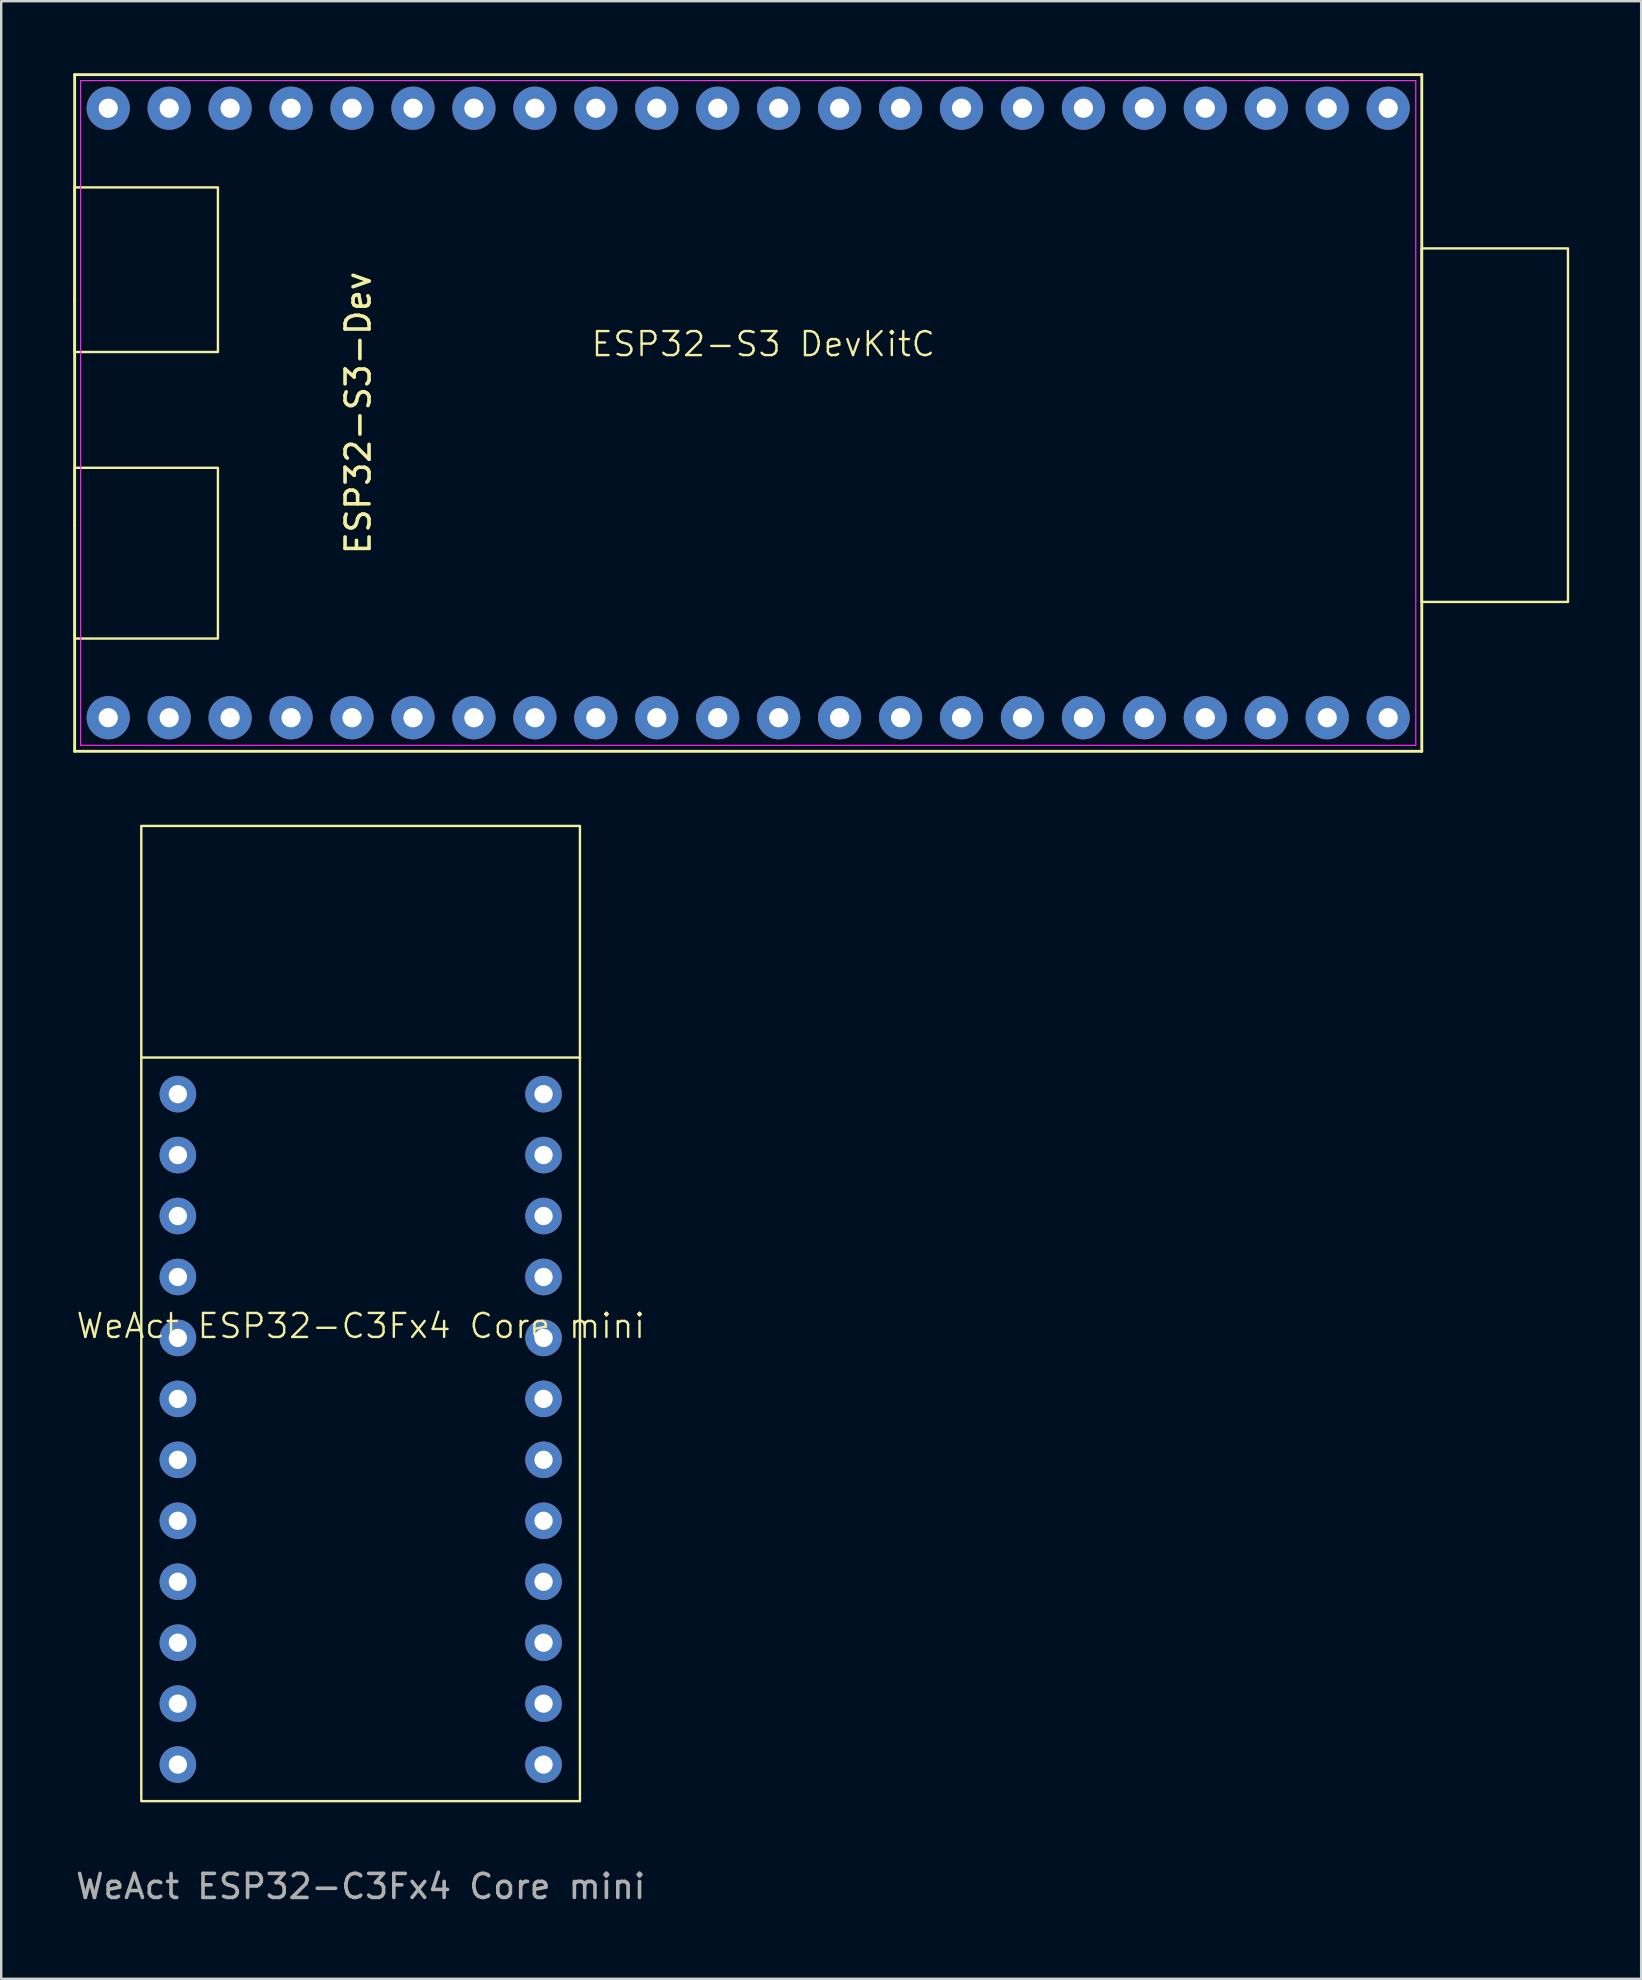
<source format=kicad_pcb>
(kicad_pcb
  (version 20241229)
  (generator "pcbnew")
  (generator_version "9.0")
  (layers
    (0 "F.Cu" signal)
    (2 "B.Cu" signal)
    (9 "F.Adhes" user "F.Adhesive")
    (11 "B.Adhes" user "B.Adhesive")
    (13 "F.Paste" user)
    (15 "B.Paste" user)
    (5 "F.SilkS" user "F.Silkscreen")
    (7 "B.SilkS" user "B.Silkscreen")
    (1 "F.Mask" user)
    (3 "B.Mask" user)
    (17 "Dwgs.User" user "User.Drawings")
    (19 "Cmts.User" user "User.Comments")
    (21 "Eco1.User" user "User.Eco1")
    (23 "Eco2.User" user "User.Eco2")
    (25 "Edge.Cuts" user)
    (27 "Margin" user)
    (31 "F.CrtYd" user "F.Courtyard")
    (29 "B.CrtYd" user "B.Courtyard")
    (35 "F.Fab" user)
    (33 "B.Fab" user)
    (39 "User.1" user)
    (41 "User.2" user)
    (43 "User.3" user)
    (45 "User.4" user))
  (footprint "ESP32-S3-Dev"
    (layer "F.Cu")
    (at 28.13 14.16)
    (property "Reference" "ESP32-S3-Dev" (at -16.256 0 90) (layer "F.SilkS") (effects (font (size 1 1) (thickness 0.15))))
    (attr through_hole)
    (fp_line (start -28.07 -14.1) (end -28.07 -4.7) (stroke (width 0.12) (type default)) (layer "F.SilkS"))
    (fp_line (start -28.07 -4.7) (end -28.07 4.7) (stroke (width 0.12) (type default)) (layer "F.SilkS"))
    (fp_line (start -28.07 4.7) (end -28.07 14.1) (stroke (width 0.12) (type default)) (layer "F.SilkS"))
    (fp_line (start -28.07 14.1) (end 28.07 14.1) (stroke (width 0.12) (type default)) (layer "F.SilkS"))
    (fp_line (start 28.07 -14.1) (end -28.07 -14.1) (stroke (width 0.12) (type default)) (layer "F.SilkS"))
    (fp_line (start 28.07 14.1) (end 28.07 -14.1) (stroke (width 0.12) (type default)) (layer "F.SilkS"))
    (fp_rect (start -28.07 -9.4) (end -22.098 -2.54) (stroke (width 0.1) (type default)) (fill no) (layer "F.SilkS"))
    (fp_rect (start -28.07 2.286) (end -22.098 9.4) (stroke (width 0.1) (type default)) (fill no) (layer "F.SilkS"))
    (fp_rect (start 28.067 -6.858) (end 34.163 7.874) (stroke (width 0.1) (type default)) (fill no) (layer "F.SilkS"))
    (fp_line (start -27.82 -13.85) (end 27.82 -13.85) (stroke (width 0.05) (type default)) (layer "F.CrtYd"))
    (fp_line (start -27.82 13.85) (end -27.82 -13.85) (stroke (width 0.05) (type default)) (layer "F.CrtYd"))
    (fp_line (start 27.82 -13.85) (end 27.82 13.85) (stroke (width 0.05) (type default)) (layer "F.CrtYd"))
    (fp_line (start 27.82 13.85) (end -27.82 13.85) (stroke (width 0.05) (type default)) (layer "F.CrtYd"))
    (fp_text user "ESP32-S3 DevKitC" (at -6.604 -2.286 0) (unlocked yes) (layer "F.SilkS") (effects (font (size 1 1) (thickness 0.1)) (justify left bottom)))
    (pad "1" thru_hole circle (at -26.67 12.7) (size 1.8 1.8) (drill 0.8) (layers "*.Cu" "*.Mask"))
    (pad "2" thru_hole circle (at -24.13 12.7) (size 1.8 1.8) (drill 0.8) (layers "*.Cu" "*.Mask"))
    (pad "3" thru_hole circle (at -21.59 12.7) (size 1.8 1.8) (drill 0.8) (layers "*.Cu" "*.Mask"))
    (pad "4" thru_hole circle (at -19.05 12.7) (size 1.8 1.8) (drill 0.8) (layers "*.Cu" "*.Mask"))
    (pad "5" thru_hole circle (at -16.51 12.7) (size 1.8 1.8) (drill 0.8) (layers "*.Cu" "*.Mask"))
    (pad "6" thru_hole circle (at -13.97 12.7) (size 1.8 1.8) (drill 0.8) (layers "*.Cu" "*.Mask"))
    (pad "7" thru_hole circle (at -11.43 12.7) (size 1.8 1.8) (drill 0.8) (layers "*.Cu" "*.Mask"))
    (pad "8" thru_hole circle (at -8.89 12.7) (size 1.8 1.8) (drill 0.8) (layers "*.Cu" "*.Mask"))
    (pad "9" thru_hole circle (at -6.35 12.7) (size 1.8 1.8) (drill 0.8) (layers "*.Cu" "*.Mask"))
    (pad "10" thru_hole circle (at -3.81 12.7) (size 1.8 1.8) (drill 0.8) (layers "*.Cu" "*.Mask"))
    (pad "11" thru_hole circle (at -1.27 12.7) (size 1.8 1.8) (drill 0.8) (layers "*.Cu" "*.Mask"))
    (pad "12" thru_hole circle (at 1.27 12.7) (size 1.8 1.8) (drill 0.8) (layers "*.Cu" "*.Mask"))
    (pad "13" thru_hole circle (at 3.81 12.7) (size 1.8 1.8) (drill 0.8) (layers "*.Cu" "*.Mask"))
    (pad "14" thru_hole circle (at 6.35 12.7) (size 1.8 1.8) (drill 0.8) (layers "*.Cu" "*.Mask"))
    (pad "15" thru_hole circle (at 8.89 12.7) (size 1.8 1.8) (drill 0.8) (layers "*.Cu" "*.Mask"))
    (pad "16" thru_hole circle (at 11.43 12.7) (size 1.8 1.8) (drill 0.8) (layers "*.Cu" "*.Mask"))
    (pad "17" thru_hole circle (at 13.97 12.7) (size 1.8 1.8) (drill 0.8) (layers "*.Cu" "*.Mask"))
    (pad "18" thru_hole circle (at 16.51 12.7) (size 1.8 1.8) (drill 0.8) (layers "*.Cu" "*.Mask"))
    (pad "19" thru_hole circle (at 19.05 12.7) (size 1.8 1.8) (drill 0.8) (layers "*.Cu" "*.Mask"))
    (pad "20" thru_hole circle (at 21.59 12.7) (size 1.8 1.8) (drill 0.8) (layers "*.Cu" "*.Mask"))
    (pad "21" thru_hole circle (at 24.13 12.7) (size 1.8 1.8) (drill 0.8) (layers "*.Cu" "*.Mask"))
    (pad "22" thru_hole circle (at 26.67 12.7) (size 1.8 1.8) (drill 0.8) (layers "*.Cu" "*.Mask"))
    (pad "23" thru_hole circle (at -26.67 -12.7) (size 1.8 1.8) (drill 0.8) (layers "*.Cu" "*.Mask"))
    (pad "24" thru_hole circle (at -24.13 -12.7) (size 1.8 1.8) (drill 0.8) (layers "*.Cu" "*.Mask"))
    (pad "25" thru_hole circle (at -21.59 -12.7) (size 1.8 1.8) (drill 0.8) (layers "*.Cu" "*.Mask"))
    (pad "26" thru_hole circle (at -19.05 -12.7) (size 1.8 1.8) (drill 0.8) (layers "*.Cu" "*.Mask"))
    (pad "27" thru_hole circle (at -16.51 -12.7) (size 1.8 1.8) (drill 0.8) (layers "*.Cu" "*.Mask"))
    (pad "28" thru_hole circle (at -13.97 -12.7) (size 1.8 1.8) (drill 0.8) (layers "*.Cu" "*.Mask"))
    (pad "29" thru_hole circle (at -11.43 -12.7) (size 1.8 1.8) (drill 0.8) (layers "*.Cu" "*.Mask"))
    (pad "30" thru_hole circle (at -8.89 -12.7) (size 1.8 1.8) (drill 0.8) (layers "*.Cu" "*.Mask"))
    (pad "31" thru_hole circle (at -6.35 -12.7) (size 1.8 1.8) (drill 0.8) (layers "*.Cu" "*.Mask"))
    (pad "32" thru_hole circle (at -3.81 -12.7) (size 1.8 1.8) (drill 0.8) (layers "*.Cu" "*.Mask"))
    (pad "33" thru_hole circle (at -1.27 -12.7) (size 1.8 1.8) (drill 0.8) (layers "*.Cu" "*.Mask"))
    (pad "34" thru_hole circle (at 1.27 -12.7) (size 1.8 1.8) (drill 0.8) (layers "*.Cu" "*.Mask"))
    (pad "35" thru_hole circle (at 3.81 -12.7) (size 1.8 1.8) (drill 0.8) (layers "*.Cu" "*.Mask"))
    (pad "36" thru_hole circle (at 6.35 -12.7) (size 1.8 1.8) (drill 0.8) (layers "*.Cu" "*.Mask"))
    (pad "37" thru_hole circle (at 8.89 -12.7) (size 1.8 1.8) (drill 0.8) (layers "*.Cu" "*.Mask"))
    (pad "38" thru_hole circle (at 11.43 -12.7) (size 1.8 1.8) (drill 0.8) (layers "*.Cu" "*.Mask"))
    (pad "39" thru_hole circle (at 13.97 -12.7) (size 1.8 1.8) (drill 0.8) (layers "*.Cu" "*.Mask"))
    (pad "40" thru_hole circle (at 16.51 -12.7) (size 1.8 1.8) (drill 0.8) (layers "*.Cu" "*.Mask"))
    (pad "41" thru_hole circle (at 19.05 -12.7) (size 1.8 1.8) (drill 0.8) (layers "*.Cu" "*.Mask"))
    (pad "42" thru_hole circle (at 21.59 -12.7) (size 1.8 1.8) (drill 0.8) (layers "*.Cu" "*.Mask"))
    (pad "43" thru_hole circle (at 24.13 -12.7) (size 1.8 1.8) (drill 0.8) (layers "*.Cu" "*.Mask"))
    (pad "44" thru_hole circle (at 26.67 -12.7) (size 1.8 1.8) (drill 0.8) (layers "*.Cu" "*.Mask")))
  (footprint "WeAct ESP32-C3Fx4 Core mini"
    (layer "F.Cu")
    (at 11.982 52.706)
    (property "Reference" "WeAct ESP32-C3Fx4 Core mini" (at 0 -0.5 0) (unlocked yes) (layer "F.SilkS") (effects (font (size 1 1) (thickness 0.1))))
    (attr through_hole)
    (fp_line (start -9.144 -11.684) (end 9.144 -11.684) (stroke (width 0.1) (type default)) (layer "F.SilkS"))
    (fp_rect (start -9.144 -21.336) (end 9.136 19.304) (stroke (width 0.1) (type default)) (fill no) (layer "F.SilkS"))
    (fp_text user "${REFERENCE}" (at 0 22.86 0) (unlocked yes) (layer "F.Fab") (effects (font (size 1 1) (thickness 0.15))))
    (pad "0" thru_hole circle (at 7.62 17.78) (size 1.524 1.524) (drill 0.762) (layers "*.Cu" "*.Mask"))
    (pad "1" thru_hole circle (at 7.62 15.24) (size 1.524 1.524) (drill 0.762) (layers "*.Cu" "*.Mask"))
    (pad "2" thru_hole circle (at 7.62 12.7) (size 1.524 1.524) (drill 0.762) (layers "*.Cu" "*.Mask"))
    (pad "3" thru_hole circle (at 7.62 10.16) (size 1.524 1.524) (drill 0.762) (layers "*.Cu" "*.Mask"))
    (pad "4" thru_hole circle (at 7.62 7.62) (size 1.524 1.524) (drill 0.762) (layers "*.Cu" "*.Mask"))
    (pad "5" thru_hole circle (at 7.62 5.08) (size 1.524 1.524) (drill 0.762) (layers "*.Cu" "*.Mask"))
    (pad "6" thru_hole circle (at 7.62 2.54) (size 1.524 1.524) (drill 0.762) (layers "*.Cu" "*.Mask"))
    (pad "7" thru_hole circle (at 7.62 0) (size 1.524 1.524) (drill 0.762) (layers "*.Cu" "*.Mask"))
    (pad "8" thru_hole circle (at 7.62 -2.54) (size 1.524 1.524) (drill 0.762) (layers "*.Cu" "*.Mask"))
    (pad "9" thru_hole circle (at 7.62 -5.08) (size 1.524 1.524) (drill 0.762) (layers "*.Cu" "*.Mask"))
    (pad "10" thru_hole circle (at 7.62 -7.62) (size 1.524 1.524) (drill 0.762) (layers "*.Cu" "*.Mask"))
    (pad "11" thru_hole circle (at 7.62 -10.16) (size 1.524 1.524) (drill 0.762) (layers "*.Cu" "*.Mask"))
    (pad "12" thru_hole circle (at -7.62 17.78) (size 1.524 1.524) (drill 0.762) (layers "*.Cu" "*.Mask"))
    (pad "13" thru_hole circle (at -7.62 15.24) (size 1.524 1.524) (drill 0.762) (layers "*.Cu" "*.Mask"))
    (pad "14" thru_hole circle (at -7.62 12.7) (size 1.524 1.524) (drill 0.762) (layers "*.Cu" "*.Mask"))
    (pad "15" thru_hole circle (at -7.62 10.16) (size 1.524 1.524) (drill 0.762) (layers "*.Cu" "*.Mask"))
    (pad "16" thru_hole circle (at -7.62 7.62) (size 1.524 1.524) (drill 0.762) (layers "*.Cu" "*.Mask"))
    (pad "17" thru_hole circle (at -7.62 5.08) (size 1.524 1.524) (drill 0.762) (layers "*.Cu" "*.Mask"))
    (pad "18" thru_hole circle (at -7.62 2.54) (size 1.524 1.524) (drill 0.762) (layers "*.Cu" "*.Mask"))
    (pad "19" thru_hole circle (at -7.62 0) (size 1.524 1.524) (drill 0.762) (layers "*.Cu" "*.Mask"))
    (pad "20" thru_hole circle (at -7.62 -2.54) (size 1.524 1.524) (drill 0.762) (layers "*.Cu" "*.Mask"))
    (pad "21" thru_hole circle (at -7.62 -5.08) (size 1.524 1.524) (drill 0.762) (layers "*.Cu" "*.Mask"))
    (pad "22" thru_hole circle (at -7.62 -7.62) (size 1.524 1.524) (drill 0.762) (layers "*.Cu" "*.Mask"))
    (pad "23" thru_hole circle (at -7.62 -10.16) (size 1.524 1.524) (drill 0.762) (layers "*.Cu" "*.Mask"))
    (zone (net_name "") (layer "F.SilkS") (name "WiFi") (hatch full 0.5) (connect_pads) (min_thickness 0.25) (filled_areas_thickness no) (keepout (tracks not_allowed) (vias not_allowed) (pads not_allowed) (copperpour allowed) (footprints allowed)) (placement (enabled no)) (fill) (polygon (pts (xy 2.838 31.37) (xy 21.118 31.37) (xy 21.126 41.022) (xy 2.838 41.022)))))
  (gr_rect
    (start -3 -3)
    (end 65.343 79.414)
    (stroke (width 0.1) (type default))
    (fill no)
    (layer "Edge.Cuts")))
</source>
